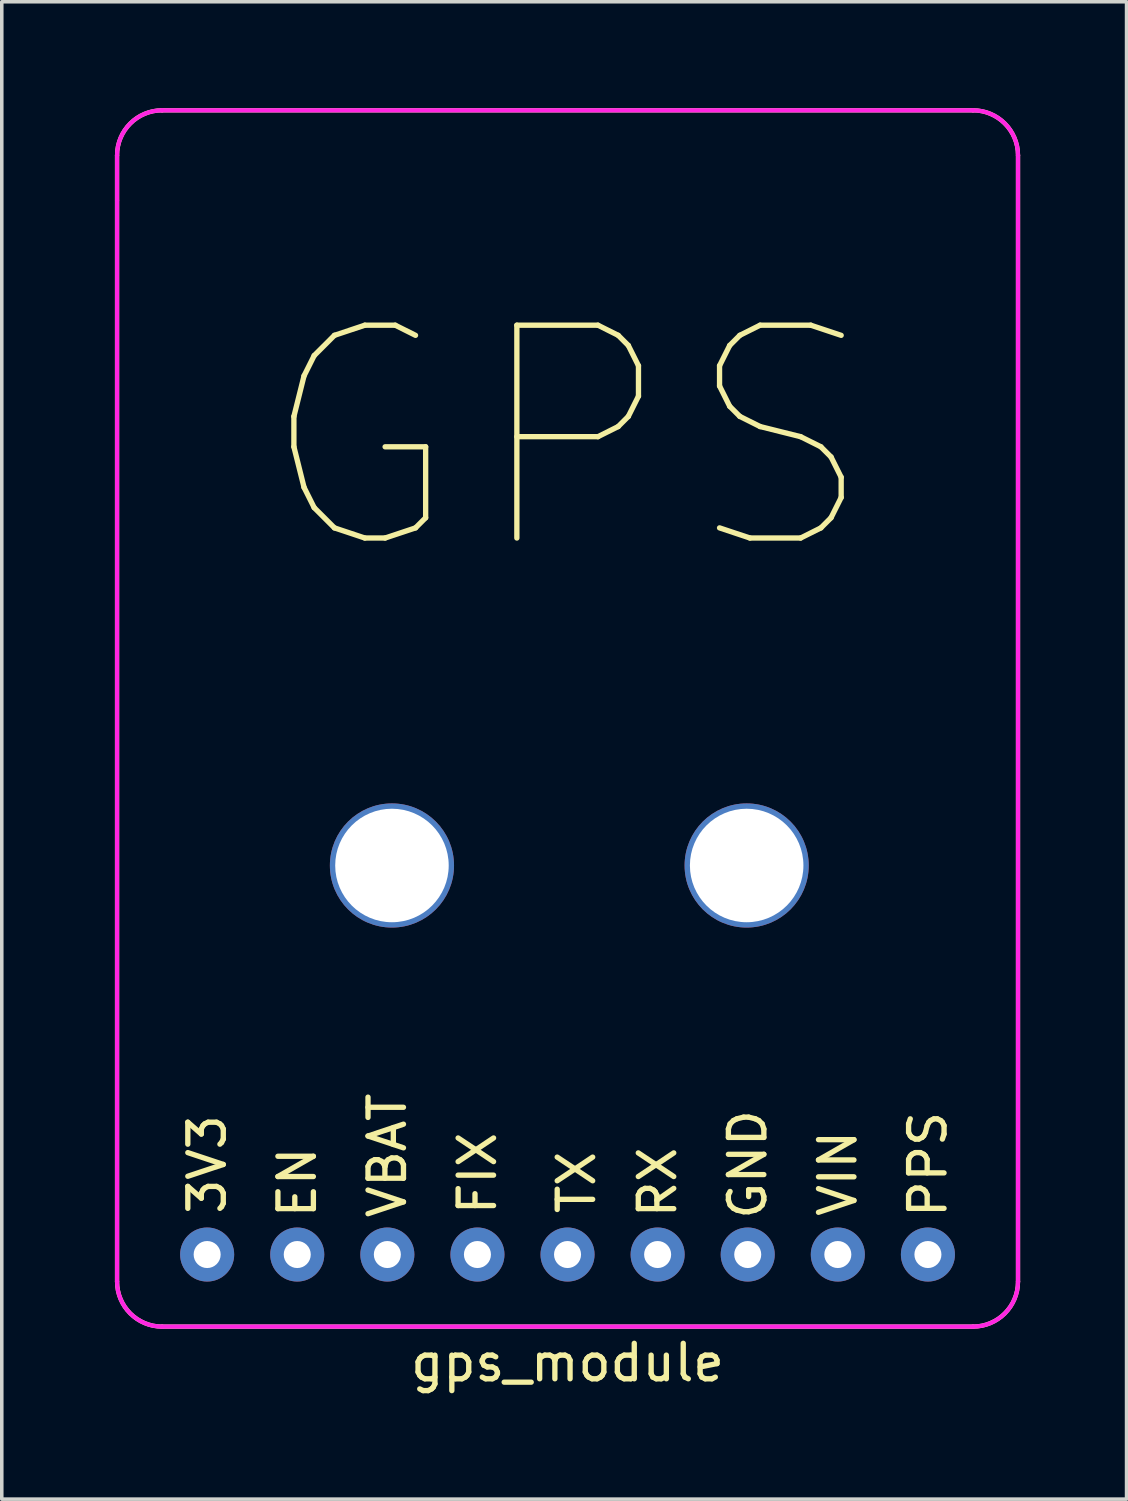
<source format=kicad_pcb>
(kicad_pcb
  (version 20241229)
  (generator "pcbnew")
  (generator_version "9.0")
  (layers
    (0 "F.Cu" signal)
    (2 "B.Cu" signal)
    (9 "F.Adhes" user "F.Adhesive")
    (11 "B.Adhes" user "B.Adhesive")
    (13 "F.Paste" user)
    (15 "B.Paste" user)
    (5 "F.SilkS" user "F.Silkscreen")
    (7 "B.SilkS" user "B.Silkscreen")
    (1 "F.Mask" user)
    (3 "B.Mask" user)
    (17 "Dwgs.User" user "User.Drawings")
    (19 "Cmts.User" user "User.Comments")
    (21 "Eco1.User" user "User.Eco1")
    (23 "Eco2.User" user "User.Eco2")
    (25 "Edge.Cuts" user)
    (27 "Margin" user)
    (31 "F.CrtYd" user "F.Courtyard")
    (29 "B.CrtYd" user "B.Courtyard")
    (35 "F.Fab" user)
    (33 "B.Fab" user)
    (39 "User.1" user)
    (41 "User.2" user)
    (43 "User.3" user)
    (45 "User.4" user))
  (footprint "gps_module"
    (layer "F.Cu")
    (at 0.25 34.35)
    (property "Reference" "gps_module" (at 12.7 1.016 0) (layer "F.SilkS") (effects (font (size 1 1) (thickness 0.15))))
    (attr through_hole)
    (fp_line (start 0 -33.02) (end 0 -1.27) (stroke (width 0.12) (type solid)) (layer "F.SilkS"))
    (fp_line (start 1.27 0) (end 24.13 0) (stroke (width 0.12) (type solid)) (layer "F.SilkS"))
    (fp_line (start 24.13 -34.29) (end 1.27 -34.29) (stroke (width 0.12) (type solid)) (layer "F.SilkS"))
    (fp_line (start 25.4 -1.27) (end 25.4 -33.02) (stroke (width 0.12) (type solid)) (layer "F.SilkS"))
    (fp_arc (start 0 -33.02) (mid 0.371974 -33.918026) (end 1.27 -34.29) (stroke (width 0.12) (type solid)) (layer "F.SilkS"))
    (fp_arc (start 1.27 0) (mid 0.371974 -0.371974) (end 0 -1.27) (stroke (width 0.12) (type solid)) (layer "F.SilkS"))
    (fp_arc (start 24.13 -34.29) (mid 25.028026 -33.918026) (end 25.4 -33.02) (stroke (width 0.12) (type solid)) (layer "F.SilkS"))
    (fp_arc (start 25.4 -1.27) (mid 25.028026 -0.371974) (end 24.13 0) (stroke (width 0.12) (type solid)) (layer "F.SilkS"))
    (fp_line (start 0 -31.75) (end 0 -33.02) (stroke (width 0.12) (type solid)) (layer "F.CrtYd"))
    (fp_line (start 0 -1.27) (end 0 -31.75) (stroke (width 0.12) (type solid)) (layer "F.CrtYd"))
    (fp_line (start 1.27 -34.29) (end 24.13 -34.29) (stroke (width 0.12) (type solid)) (layer "F.CrtYd"))
    (fp_line (start 1.27 0) (end 24.13 0) (stroke (width 0.12) (type solid)) (layer "F.CrtYd"))
    (fp_line (start 25.4 -1.27) (end 25.4 -33.02) (stroke (width 0.12) (type solid)) (layer "F.CrtYd"))
    (fp_arc (start 0 -33.02) (mid 0.371974 -33.918026) (end 1.27 -34.29) (stroke (width 0.12) (type solid)) (layer "F.CrtYd"))
    (fp_arc (start 1.27 0) (mid 0.371974 -0.371974) (end 0 -1.27) (stroke (width 0.12) (type solid)) (layer "F.CrtYd"))
    (fp_arc (start 24.13 -34.29) (mid 25.028026 -33.918026) (end 25.4 -33.02) (stroke (width 0.12) (type solid)) (layer "F.CrtYd"))
    (fp_arc (start 25.4 -1.27) (mid 25.028026 -0.371974) (end 24.13 0) (stroke (width 0.12) (type solid)) (layer "F.CrtYd"))
    (fp_text user "PPS" (at 22.86 -4.572 90) (layer "F.SilkS") (effects (font (size 1 1) (thickness 0.15))))
    (fp_text user "GPS" (at 12.7 -25 0) (layer "F.SilkS") (effects (font (size 6 6) (thickness 0.15))))
    (fp_text user "VBAT" (at 7.62 -4.826 90) (layer "F.SilkS") (effects (font (size 1 1) (thickness 0.15))))
    (fp_text user "GND" (at 17.78 -4.572 90) (layer "F.SilkS") (effects (font (size 1 1) (thickness 0.15))))
    (fp_text user "FIX" (at 10.16 -4.318 90) (layer "F.SilkS") (effects (font (size 1 1) (thickness 0.15))))
    (fp_text user "RX" (at 15.24 -4.064 90) (layer "F.SilkS") (effects (font (size 1 1) (thickness 0.15))))
    (fp_text user "VIN" (at 20.32 -4.318 90) (layer "F.SilkS") (effects (font (size 1 1) (thickness 0.15))))
    (fp_text user "TX" (at 12.954 -4.064 90) (layer "F.SilkS") (effects (font (size 1 1) (thickness 0.15))))
    (fp_text user "3V3" (at 2.54 -4.572 90) (layer "F.SilkS") (effects (font (size 1 1) (thickness 0.15))))
    (fp_text user "EN" (at 5.08 -4.064 90) (layer "F.SilkS") (effects (font (size 1 1) (thickness 0.15))))
    (pad "" thru_hole circle (at 7.75 -13) (size 3.5 3.5) (drill 3.2) (layers "*.Cu" "*.Mask"))
    (pad "" thru_hole circle (at 17.75 -13) (size 3.5 3.5) (drill 3.2) (layers "*.Cu" "*.Mask"))
    (pad "1" thru_hole circle (at 2.54 -2.032) (size 1.524 1.524) (drill 0.762) (layers "*.Cu" "*.Mask"))
    (pad "2" thru_hole circle (at 5.08 -2.032) (size 1.524 1.524) (drill 0.762) (layers "*.Cu" "*.Mask"))
    (pad "3" thru_hole circle (at 7.62 -2.032) (size 1.524 1.524) (drill 0.762) (layers "*.Cu" "*.Mask"))
    (pad "4" thru_hole circle (at 10.16 -2.032) (size 1.524 1.524) (drill 0.762) (layers "*.Cu" "*.Mask"))
    (pad "5" thru_hole circle (at 12.7 -2.032) (size 1.524 1.524) (drill 0.762) (layers "*.Cu" "*.Mask"))
    (pad "6" thru_hole circle (at 15.24 -2.032) (size 1.524 1.524) (drill 0.762) (layers "*.Cu" "*.Mask"))
    (pad "7" thru_hole circle (at 17.78 -2.032) (size 1.524 1.524) (drill 0.762) (layers "*.Cu" "*.Mask"))
    (pad "8" thru_hole circle (at 20.32 -2.032) (size 1.524 1.524) (drill 0.762) (layers "*.Cu" "*.Mask"))
    (pad "9" thru_hole circle (at 22.86 -2.032) (size 1.524 1.524) (drill 0.762) (layers "*.Cu" "*.Mask")))
  (gr_rect
    (start -3 -3)
    (end 28.71 39.214)
    (stroke (width 0.1) (type default))
    (fill no)
    (layer "Edge.Cuts")))
</source>
